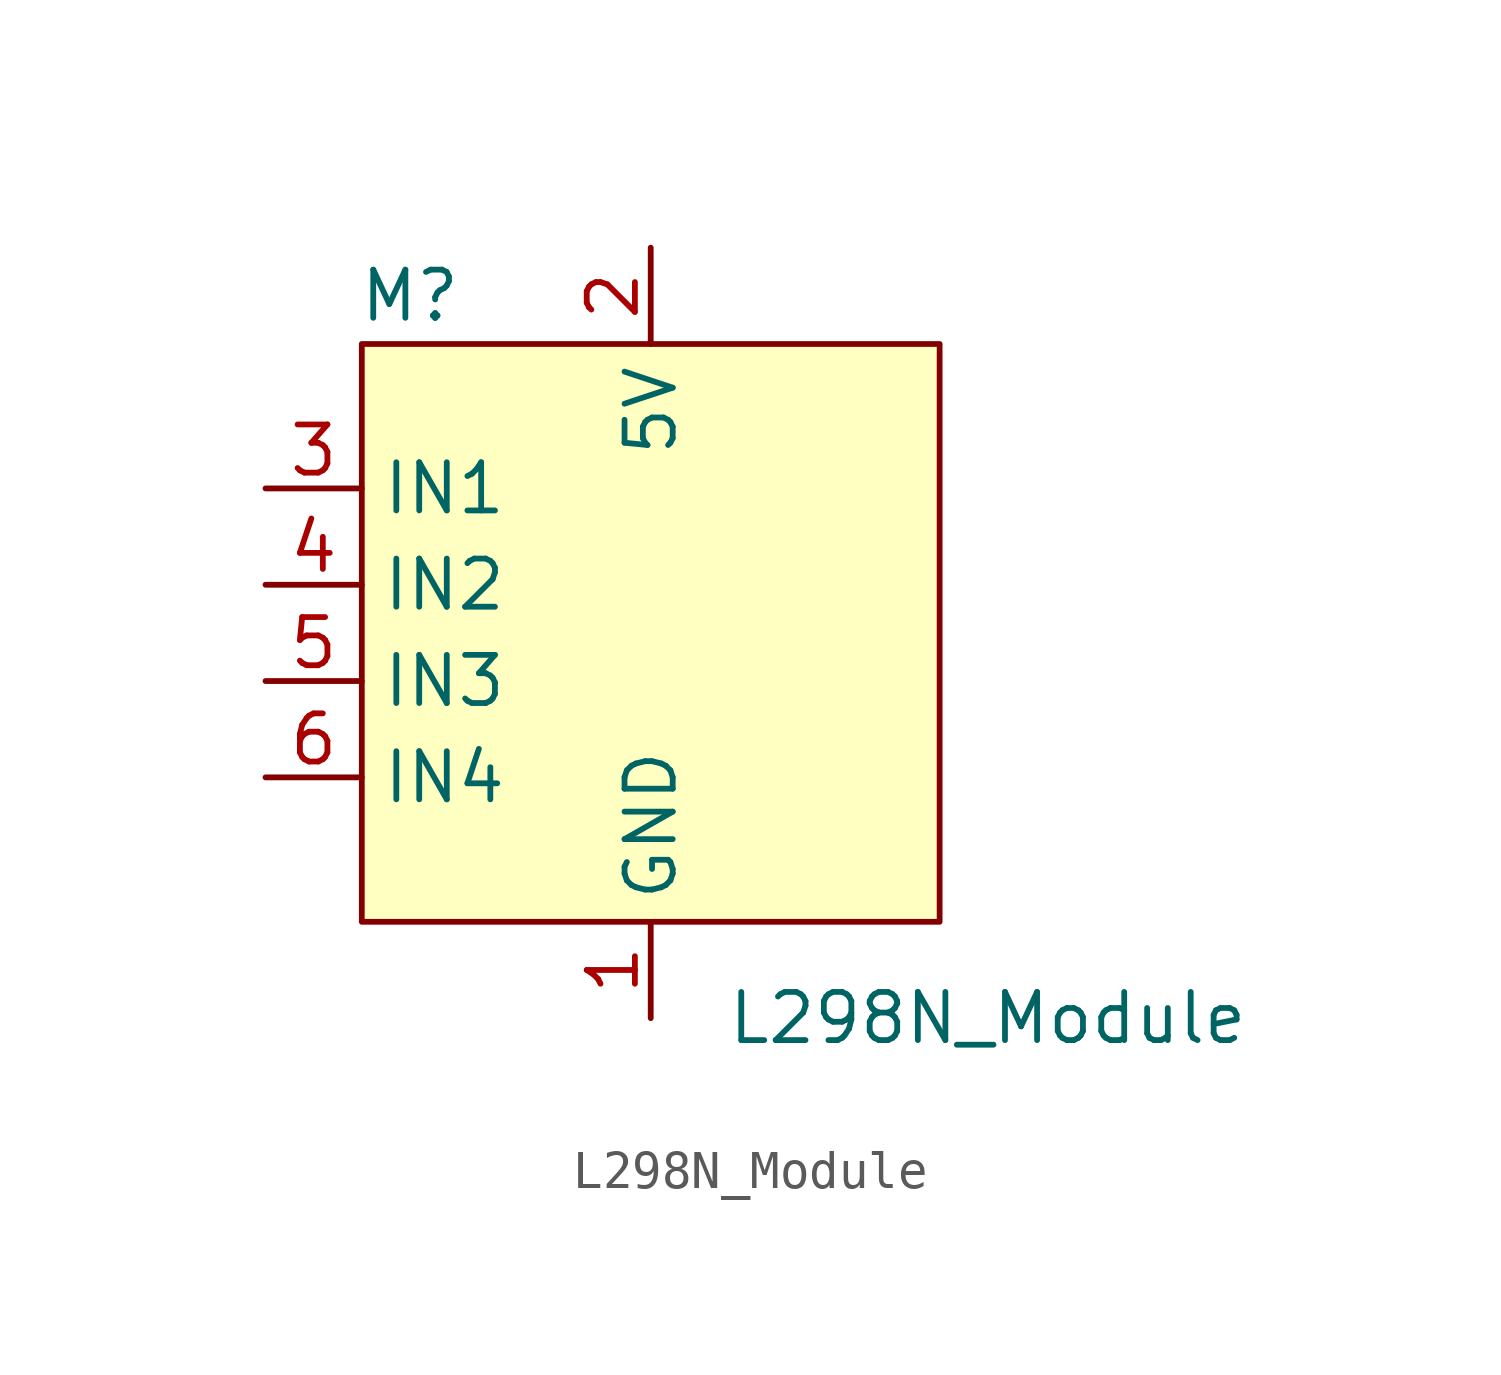
<source format=kicad_sym>
(kicad_symbol_lib
  (version 20211014)
  (generator kicad_symbol_editor)
  (symbol "L298N_Module"
    (property "Reference" "M"
      (at -6.35 10.16 0)
      (effects (font (size 1.27 1.27))))
    (property "Value" "L298N_Module"
      (at 8.89 -8.89 0)
      (effects (font (size 1.27 1.27))))
    (symbol "L298N_Module_0_1"
      (rectangle (start -7.62 8.89) (end 7.62 -6.35) (stroke (width 0.152) (type default) (color 0 0 0 0)) (fill (type background))))
    (symbol "L298N_Module_1_1"
      (pin input line (at 0 -8.89 90) (length 2.54) (name "GND" (effects (font (size 1.27 1.27)))) (number "1" (effects (font (size 1.27 1.27)))))
      (pin input line (at 0 11.43 270) (length 2.54) (name "5V" (effects (font (size 1.27 1.27)))) (number "2" (effects (font (size 1.27 1.27)))))
      (pin input line (at -10.16 5.08 0) (length 2.54) (name "IN1" (effects (font (size 1.27 1.27)))) (number "3" (effects (font (size 1.27 1.27)))))
      (pin input line (at -10.16 2.54 0) (length 2.54) (name "IN2" (effects (font (size 1.27 1.27)))) (number "4" (effects (font (size 1.27 1.27)))))
      (pin input line (at -10.16 0 0) (length 2.54) (name "IN3" (effects (font (size 1.27 1.27)))) (number "5" (effects (font (size 1.27 1.27)))))
      (pin input line (at -10.16 -2.54 0) (length 2.54) (name "IN4" (effects (font (size 1.27 1.27)))) (number "6" (effects (font (size 1.27 1.27))))))))
</source>
